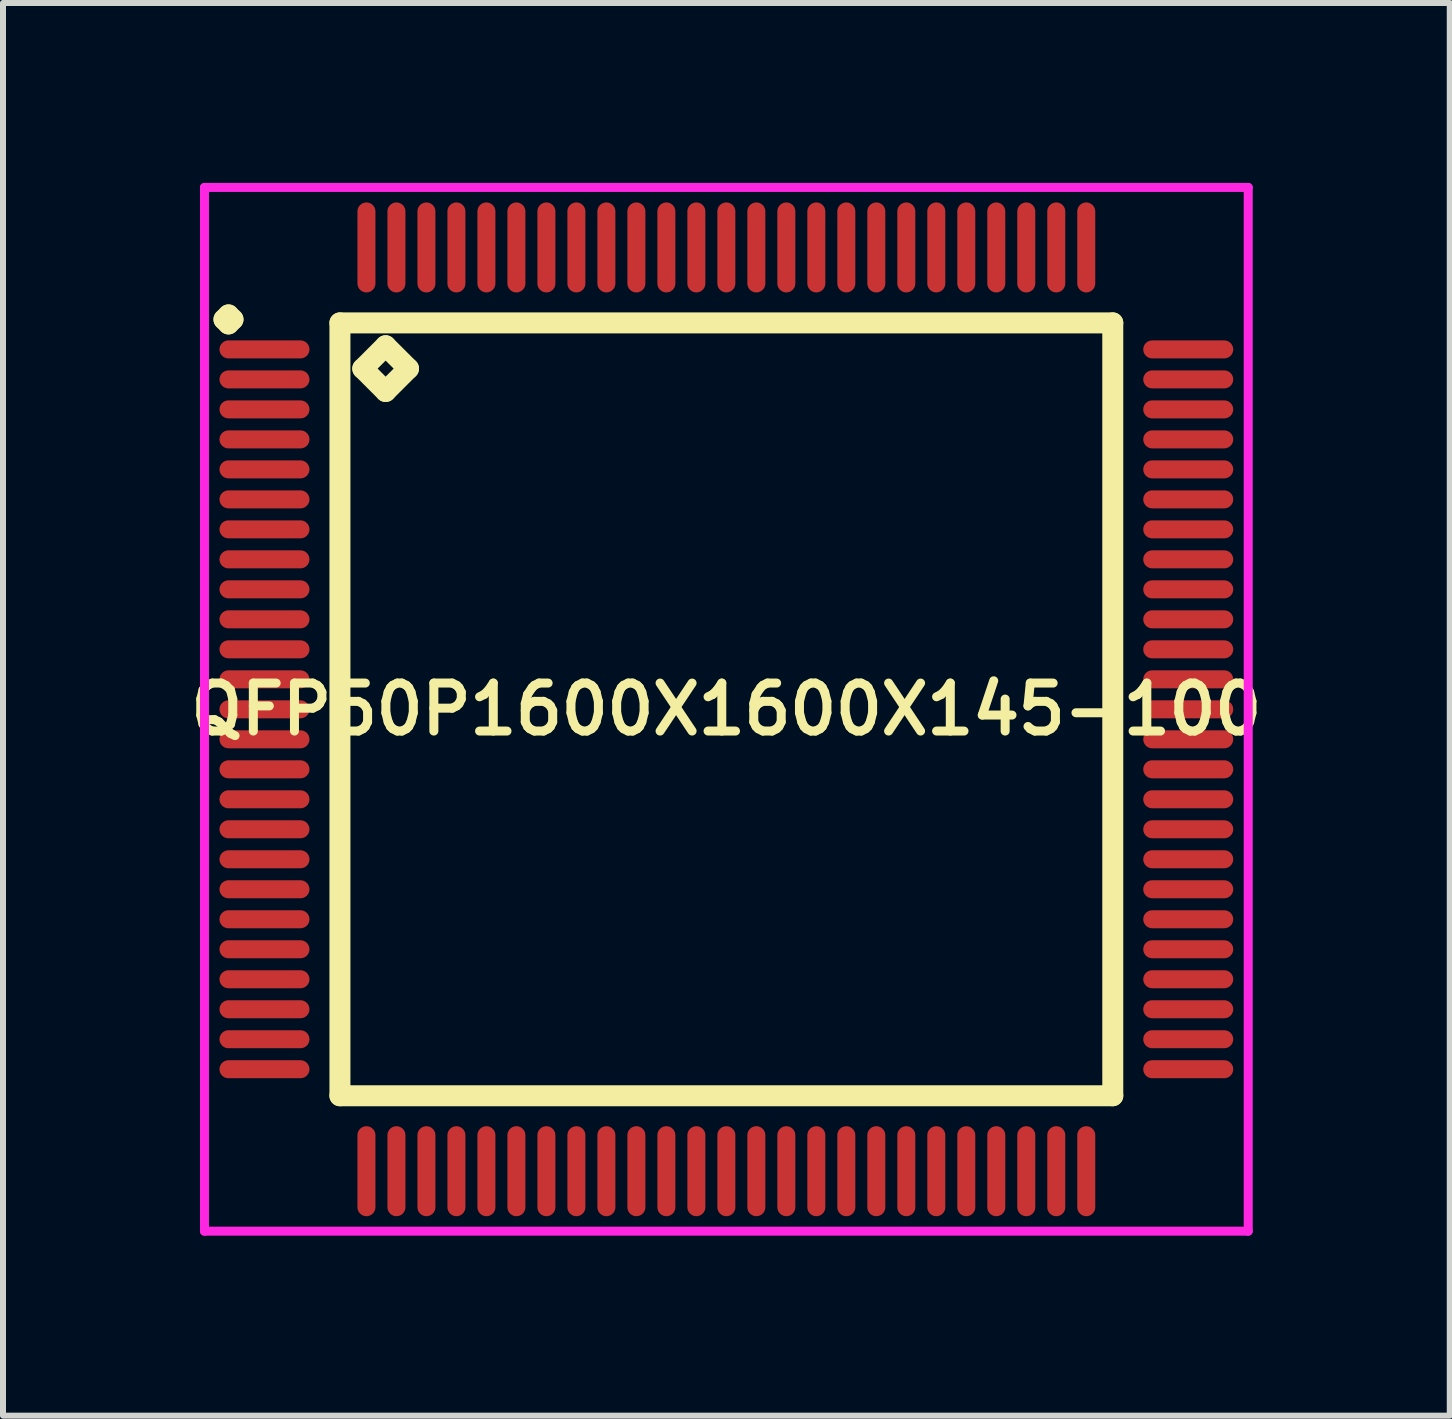
<source format=kicad_pcb>
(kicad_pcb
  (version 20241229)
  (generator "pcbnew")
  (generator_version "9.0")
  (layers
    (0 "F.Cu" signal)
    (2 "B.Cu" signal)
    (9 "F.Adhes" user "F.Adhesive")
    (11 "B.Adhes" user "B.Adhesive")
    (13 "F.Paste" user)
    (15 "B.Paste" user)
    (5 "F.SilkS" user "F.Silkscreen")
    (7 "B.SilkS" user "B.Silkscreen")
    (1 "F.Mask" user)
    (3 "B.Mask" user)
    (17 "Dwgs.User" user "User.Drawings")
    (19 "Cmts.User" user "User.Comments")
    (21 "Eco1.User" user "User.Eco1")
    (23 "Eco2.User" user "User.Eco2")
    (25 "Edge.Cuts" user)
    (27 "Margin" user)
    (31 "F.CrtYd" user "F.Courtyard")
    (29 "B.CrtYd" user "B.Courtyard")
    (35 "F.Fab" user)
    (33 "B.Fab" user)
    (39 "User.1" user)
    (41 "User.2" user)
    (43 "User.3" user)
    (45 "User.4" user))
  (footprint "QFP50P1600X1600X145-100"
    (layer "F.Cu")
    (at 9.059 8.775)
    (property "Reference" "QFP50P1600X1600X145-100" (at 0 0 0) (layer "F.SilkS") (effects (font (size 0.8 0.8) (thickness 0.15))))
    (attr smd)
    (fp_line (start -8.375 -6.5) (end -8.3 -6.575) (stroke (width 0.35) (type solid)) (layer "F.SilkS"))
    (fp_line (start -8.3 -6.575) (end -8.225 -6.5) (stroke (width 0.35) (type solid)) (layer "F.SilkS"))
    (fp_line (start -8.3 -6.425) (end -8.375 -6.5) (stroke (width 0.35) (type solid)) (layer "F.SilkS"))
    (fp_line (start -8.225 -6.5) (end -8.3 -6.425) (stroke (width 0.35) (type solid)) (layer "F.SilkS"))
    (fp_line (start -6.442 -6.442) (end -6.442 6.442) (stroke (width 0.35) (type solid)) (layer "F.SilkS"))
    (fp_line (start -6.442 6.442) (end 6.442 6.442) (stroke (width 0.35) (type solid)) (layer "F.SilkS"))
    (fp_line (start -6.061 -5.68) (end -5.68 -6.061) (stroke (width 0.35) (type solid)) (layer "F.SilkS"))
    (fp_line (start -5.68 -6.061) (end -5.299 -5.68) (stroke (width 0.35) (type solid)) (layer "F.SilkS"))
    (fp_line (start -5.68 -5.299) (end -6.061 -5.68) (stroke (width 0.35) (type solid)) (layer "F.SilkS"))
    (fp_line (start -5.299 -5.68) (end -5.68 -5.299) (stroke (width 0.35) (type solid)) (layer "F.SilkS"))
    (fp_line (start 6.442 -6.442) (end -6.442 -6.442) (stroke (width 0.35) (type solid)) (layer "F.SilkS"))
    (fp_line (start 6.442 6.442) (end 6.442 -6.442) (stroke (width 0.35) (type solid)) (layer "F.SilkS"))
    (fp_line (start -8.7 -8.7) (end 8.7 -8.7) (stroke (width 0.15) (type solid)) (layer "F.CrtYd"))
    (fp_line (start -8.7 8.7) (end -8.7 -8.7) (stroke (width 0.15) (type solid)) (layer "F.CrtYd"))
    (fp_line (start 8.7 -8.7) (end 8.7 8.7) (stroke (width 0.15) (type solid)) (layer "F.CrtYd"))
    (fp_line (start 8.7 8.7) (end -8.7 8.7) (stroke (width 0.15) (type solid)) (layer "F.CrtYd"))
    (pad "1" smd oval (at -7.7 -6) (size 1.5 0.3) (layers "F.Cu" "F.Mask" "F.Paste"))
    (pad "2" smd oval (at -7.7 -5.5) (size 1.5 0.3) (layers "F.Cu" "F.Mask" "F.Paste"))
    (pad "3" smd oval (at -7.7 -5) (size 1.5 0.3) (layers "F.Cu" "F.Mask" "F.Paste"))
    (pad "4" smd oval (at -7.7 -4.5) (size 1.5 0.3) (layers "F.Cu" "F.Mask" "F.Paste"))
    (pad "5" smd oval (at -7.7 -4) (size 1.5 0.3) (layers "F.Cu" "F.Mask" "F.Paste"))
    (pad "6" smd oval (at -7.7 -3.5) (size 1.5 0.3) (layers "F.Cu" "F.Mask" "F.Paste"))
    (pad "7" smd oval (at -7.7 -3) (size 1.5 0.3) (layers "F.Cu" "F.Mask" "F.Paste"))
    (pad "8" smd oval (at -7.7 -2.5) (size 1.5 0.3) (layers "F.Cu" "F.Mask" "F.Paste"))
    (pad "9" smd oval (at -7.7 -2) (size 1.5 0.3) (layers "F.Cu" "F.Mask" "F.Paste"))
    (pad "10" smd oval (at -7.7 -1.5) (size 1.5 0.3) (layers "F.Cu" "F.Mask" "F.Paste"))
    (pad "11" smd oval (at -7.7 -1) (size 1.5 0.3) (layers "F.Cu" "F.Mask" "F.Paste"))
    (pad "12" smd oval (at -7.7 -0.5) (size 1.5 0.3) (layers "F.Cu" "F.Mask" "F.Paste"))
    (pad "13" smd oval (at -7.7 0) (size 1.5 0.3) (layers "F.Cu" "F.Mask" "F.Paste"))
    (pad "14" smd oval (at -7.7 0.5) (size 1.5 0.3) (layers "F.Cu" "F.Mask" "F.Paste"))
    (pad "15" smd oval (at -7.7 1) (size 1.5 0.3) (layers "F.Cu" "F.Mask" "F.Paste"))
    (pad "16" smd oval (at -7.7 1.5) (size 1.5 0.3) (layers "F.Cu" "F.Mask" "F.Paste"))
    (pad "17" smd oval (at -7.7 2) (size 1.5 0.3) (layers "F.Cu" "F.Mask" "F.Paste"))
    (pad "18" smd oval (at -7.7 2.5) (size 1.5 0.3) (layers "F.Cu" "F.Mask" "F.Paste"))
    (pad "19" smd oval (at -7.7 3) (size 1.5 0.3) (layers "F.Cu" "F.Mask" "F.Paste"))
    (pad "20" smd oval (at -7.7 3.5) (size 1.5 0.3) (layers "F.Cu" "F.Mask" "F.Paste"))
    (pad "21" smd oval (at -7.7 4) (size 1.5 0.3) (layers "F.Cu" "F.Mask" "F.Paste"))
    (pad "22" smd oval (at -7.7 4.5) (size 1.5 0.3) (layers "F.Cu" "F.Mask" "F.Paste"))
    (pad "23" smd oval (at -7.7 5) (size 1.5 0.3) (layers "F.Cu" "F.Mask" "F.Paste"))
    (pad "24" smd oval (at -7.7 5.5) (size 1.5 0.3) (layers "F.Cu" "F.Mask" "F.Paste"))
    (pad "25" smd oval (at -7.7 6) (size 1.5 0.3) (layers "F.Cu" "F.Mask" "F.Paste"))
    (pad "26" smd oval (at -6 7.7) (size 0.3 1.5) (layers "F.Cu" "F.Mask" "F.Paste"))
    (pad "27" smd oval (at -5.5 7.7) (size 0.3 1.5) (layers "F.Cu" "F.Mask" "F.Paste"))
    (pad "28" smd oval (at -5 7.7) (size 0.3 1.5) (layers "F.Cu" "F.Mask" "F.Paste"))
    (pad "29" smd oval (at -4.5 7.7) (size 0.3 1.5) (layers "F.Cu" "F.Mask" "F.Paste"))
    (pad "30" smd oval (at -4 7.7) (size 0.3 1.5) (layers "F.Cu" "F.Mask" "F.Paste"))
    (pad "31" smd oval (at -3.5 7.7) (size 0.3 1.5) (layers "F.Cu" "F.Mask" "F.Paste"))
    (pad "32" smd oval (at -3 7.7) (size 0.3 1.5) (layers "F.Cu" "F.Mask" "F.Paste"))
    (pad "33" smd oval (at -2.5 7.7) (size 0.3 1.5) (layers "F.Cu" "F.Mask" "F.Paste"))
    (pad "34" smd oval (at -2 7.7) (size 0.3 1.5) (layers "F.Cu" "F.Mask" "F.Paste"))
    (pad "35" smd oval (at -1.5 7.7) (size 0.3 1.5) (layers "F.Cu" "F.Mask" "F.Paste"))
    (pad "36" smd oval (at -1 7.7) (size 0.3 1.5) (layers "F.Cu" "F.Mask" "F.Paste"))
    (pad "37" smd oval (at -0.5 7.7) (size 0.3 1.5) (layers "F.Cu" "F.Mask" "F.Paste"))
    (pad "38" smd oval (at 0 7.7) (size 0.3 1.5) (layers "F.Cu" "F.Mask" "F.Paste"))
    (pad "39" smd oval (at 0.5 7.7) (size 0.3 1.5) (layers "F.Cu" "F.Mask" "F.Paste"))
    (pad "40" smd oval (at 1 7.7) (size 0.3 1.5) (layers "F.Cu" "F.Mask" "F.Paste"))
    (pad "41" smd oval (at 1.5 7.7) (size 0.3 1.5) (layers "F.Cu" "F.Mask" "F.Paste"))
    (pad "42" smd oval (at 2 7.7) (size 0.3 1.5) (layers "F.Cu" "F.Mask" "F.Paste"))
    (pad "43" smd oval (at 2.5 7.7) (size 0.3 1.5) (layers "F.Cu" "F.Mask" "F.Paste"))
    (pad "44" smd oval (at 3 7.7) (size 0.3 1.5) (layers "F.Cu" "F.Mask" "F.Paste"))
    (pad "45" smd oval (at 3.5 7.7) (size 0.3 1.5) (layers "F.Cu" "F.Mask" "F.Paste"))
    (pad "46" smd oval (at 4 7.7) (size 0.3 1.5) (layers "F.Cu" "F.Mask" "F.Paste"))
    (pad "47" smd oval (at 4.5 7.7) (size 0.3 1.5) (layers "F.Cu" "F.Mask" "F.Paste"))
    (pad "48" smd oval (at 5 7.7) (size 0.3 1.5) (layers "F.Cu" "F.Mask" "F.Paste"))
    (pad "49" smd oval (at 5.5 7.7) (size 0.3 1.5) (layers "F.Cu" "F.Mask" "F.Paste"))
    (pad "50" smd oval (at 6 7.7) (size 0.3 1.5) (layers "F.Cu" "F.Mask" "F.Paste"))
    (pad "51" smd oval (at 7.7 6) (size 1.5 0.3) (layers "F.Cu" "F.Mask" "F.Paste"))
    (pad "52" smd oval (at 7.7 5.5) (size 1.5 0.3) (layers "F.Cu" "F.Mask" "F.Paste"))
    (pad "53" smd oval (at 7.7 5) (size 1.5 0.3) (layers "F.Cu" "F.Mask" "F.Paste"))
    (pad "54" smd oval (at 7.7 4.5) (size 1.5 0.3) (layers "F.Cu" "F.Mask" "F.Paste"))
    (pad "55" smd oval (at 7.7 4) (size 1.5 0.3) (layers "F.Cu" "F.Mask" "F.Paste"))
    (pad "56" smd oval (at 7.7 3.5) (size 1.5 0.3) (layers "F.Cu" "F.Mask" "F.Paste"))
    (pad "57" smd oval (at 7.7 3) (size 1.5 0.3) (layers "F.Cu" "F.Mask" "F.Paste"))
    (pad "58" smd oval (at 7.7 2.5) (size 1.5 0.3) (layers "F.Cu" "F.Mask" "F.Paste"))
    (pad "59" smd oval (at 7.7 2) (size 1.5 0.3) (layers "F.Cu" "F.Mask" "F.Paste"))
    (pad "60" smd oval (at 7.7 1.5) (size 1.5 0.3) (layers "F.Cu" "F.Mask" "F.Paste"))
    (pad "61" smd oval (at 7.7 1) (size 1.5 0.3) (layers "F.Cu" "F.Mask" "F.Paste"))
    (pad "62" smd oval (at 7.7 0.5) (size 1.5 0.3) (layers "F.Cu" "F.Mask" "F.Paste"))
    (pad "63" smd oval (at 7.7 0) (size 1.5 0.3) (layers "F.Cu" "F.Mask" "F.Paste"))
    (pad "64" smd oval (at 7.7 -0.5) (size 1.5 0.3) (layers "F.Cu" "F.Mask" "F.Paste"))
    (pad "65" smd oval (at 7.7 -1) (size 1.5 0.3) (layers "F.Cu" "F.Mask" "F.Paste"))
    (pad "66" smd oval (at 7.7 -1.5) (size 1.5 0.3) (layers "F.Cu" "F.Mask" "F.Paste"))
    (pad "67" smd oval (at 7.7 -2) (size 1.5 0.3) (layers "F.Cu" "F.Mask" "F.Paste"))
    (pad "68" smd oval (at 7.7 -2.5) (size 1.5 0.3) (layers "F.Cu" "F.Mask" "F.Paste"))
    (pad "69" smd oval (at 7.7 -3) (size 1.5 0.3) (layers "F.Cu" "F.Mask" "F.Paste"))
    (pad "70" smd oval (at 7.7 -3.5) (size 1.5 0.3) (layers "F.Cu" "F.Mask" "F.Paste"))
    (pad "71" smd oval (at 7.7 -4) (size 1.5 0.3) (layers "F.Cu" "F.Mask" "F.Paste"))
    (pad "72" smd oval (at 7.7 -4.5) (size 1.5 0.3) (layers "F.Cu" "F.Mask" "F.Paste"))
    (pad "73" smd oval (at 7.7 -5) (size 1.5 0.3) (layers "F.Cu" "F.Mask" "F.Paste"))
    (pad "74" smd oval (at 7.7 -5.5) (size 1.5 0.3) (layers "F.Cu" "F.Mask" "F.Paste"))
    (pad "75" smd oval (at 7.7 -6) (size 1.5 0.3) (layers "F.Cu" "F.Mask" "F.Paste"))
    (pad "76" smd oval (at 6 -7.7) (size 0.3 1.5) (layers "F.Cu" "F.Mask" "F.Paste"))
    (pad "77" smd oval (at 5.5 -7.7) (size 0.3 1.5) (layers "F.Cu" "F.Mask" "F.Paste"))
    (pad "78" smd oval (at 5 -7.7) (size 0.3 1.5) (layers "F.Cu" "F.Mask" "F.Paste"))
    (pad "79" smd oval (at 4.5 -7.7) (size 0.3 1.5) (layers "F.Cu" "F.Mask" "F.Paste"))
    (pad "80" smd oval (at 4 -7.7) (size 0.3 1.5) (layers "F.Cu" "F.Mask" "F.Paste"))
    (pad "81" smd oval (at 3.5 -7.7) (size 0.3 1.5) (layers "F.Cu" "F.Mask" "F.Paste"))
    (pad "82" smd oval (at 3 -7.7) (size 0.3 1.5) (layers "F.Cu" "F.Mask" "F.Paste"))
    (pad "83" smd oval (at 2.5 -7.7) (size 0.3 1.5) (layers "F.Cu" "F.Mask" "F.Paste"))
    (pad "84" smd oval (at 2 -7.7) (size 0.3 1.5) (layers "F.Cu" "F.Mask" "F.Paste"))
    (pad "85" smd oval (at 1.5 -7.7) (size 0.3 1.5) (layers "F.Cu" "F.Mask" "F.Paste"))
    (pad "86" smd oval (at 1 -7.7) (size 0.3 1.5) (layers "F.Cu" "F.Mask" "F.Paste"))
    (pad "87" smd oval (at 0.5 -7.7) (size 0.3 1.5) (layers "F.Cu" "F.Mask" "F.Paste"))
    (pad "88" smd oval (at 0 -7.7) (size 0.3 1.5) (layers "F.Cu" "F.Mask" "F.Paste"))
    (pad "89" smd oval (at -0.5 -7.7) (size 0.3 1.5) (layers "F.Cu" "F.Mask" "F.Paste"))
    (pad "90" smd oval (at -1 -7.7) (size 0.3 1.5) (layers "F.Cu" "F.Mask" "F.Paste"))
    (pad "91" smd oval (at -1.5 -7.7) (size 0.3 1.5) (layers "F.Cu" "F.Mask" "F.Paste"))
    (pad "92" smd oval (at -2 -7.7) (size 0.3 1.5) (layers "F.Cu" "F.Mask" "F.Paste"))
    (pad "93" smd oval (at -2.5 -7.7) (size 0.3 1.5) (layers "F.Cu" "F.Mask" "F.Paste"))
    (pad "94" smd oval (at -3 -7.7) (size 0.3 1.5) (layers "F.Cu" "F.Mask" "F.Paste"))
    (pad "95" smd oval (at -3.5 -7.7) (size 0.3 1.5) (layers "F.Cu" "F.Mask" "F.Paste"))
    (pad "96" smd oval (at -4 -7.7) (size 0.3 1.5) (layers "F.Cu" "F.Mask" "F.Paste"))
    (pad "97" smd oval (at -4.5 -7.7) (size 0.3 1.5) (layers "F.Cu" "F.Mask" "F.Paste"))
    (pad "98" smd oval (at -5 -7.7) (size 0.3 1.5) (layers "F.Cu" "F.Mask" "F.Paste"))
    (pad "99" smd oval (at -5.5 -7.7) (size 0.3 1.5) (layers "F.Cu" "F.Mask" "F.Paste"))
    (pad "100" smd oval (at -6 -7.7) (size 0.3 1.5) (layers "F.Cu" "F.Mask" "F.Paste")))
  (gr_rect
    (start -3 -3)
    (end 21.119 20.55)
    (stroke (width 0.1) (type default))
    (fill no)
    (layer "Edge.Cuts")))
</source>
